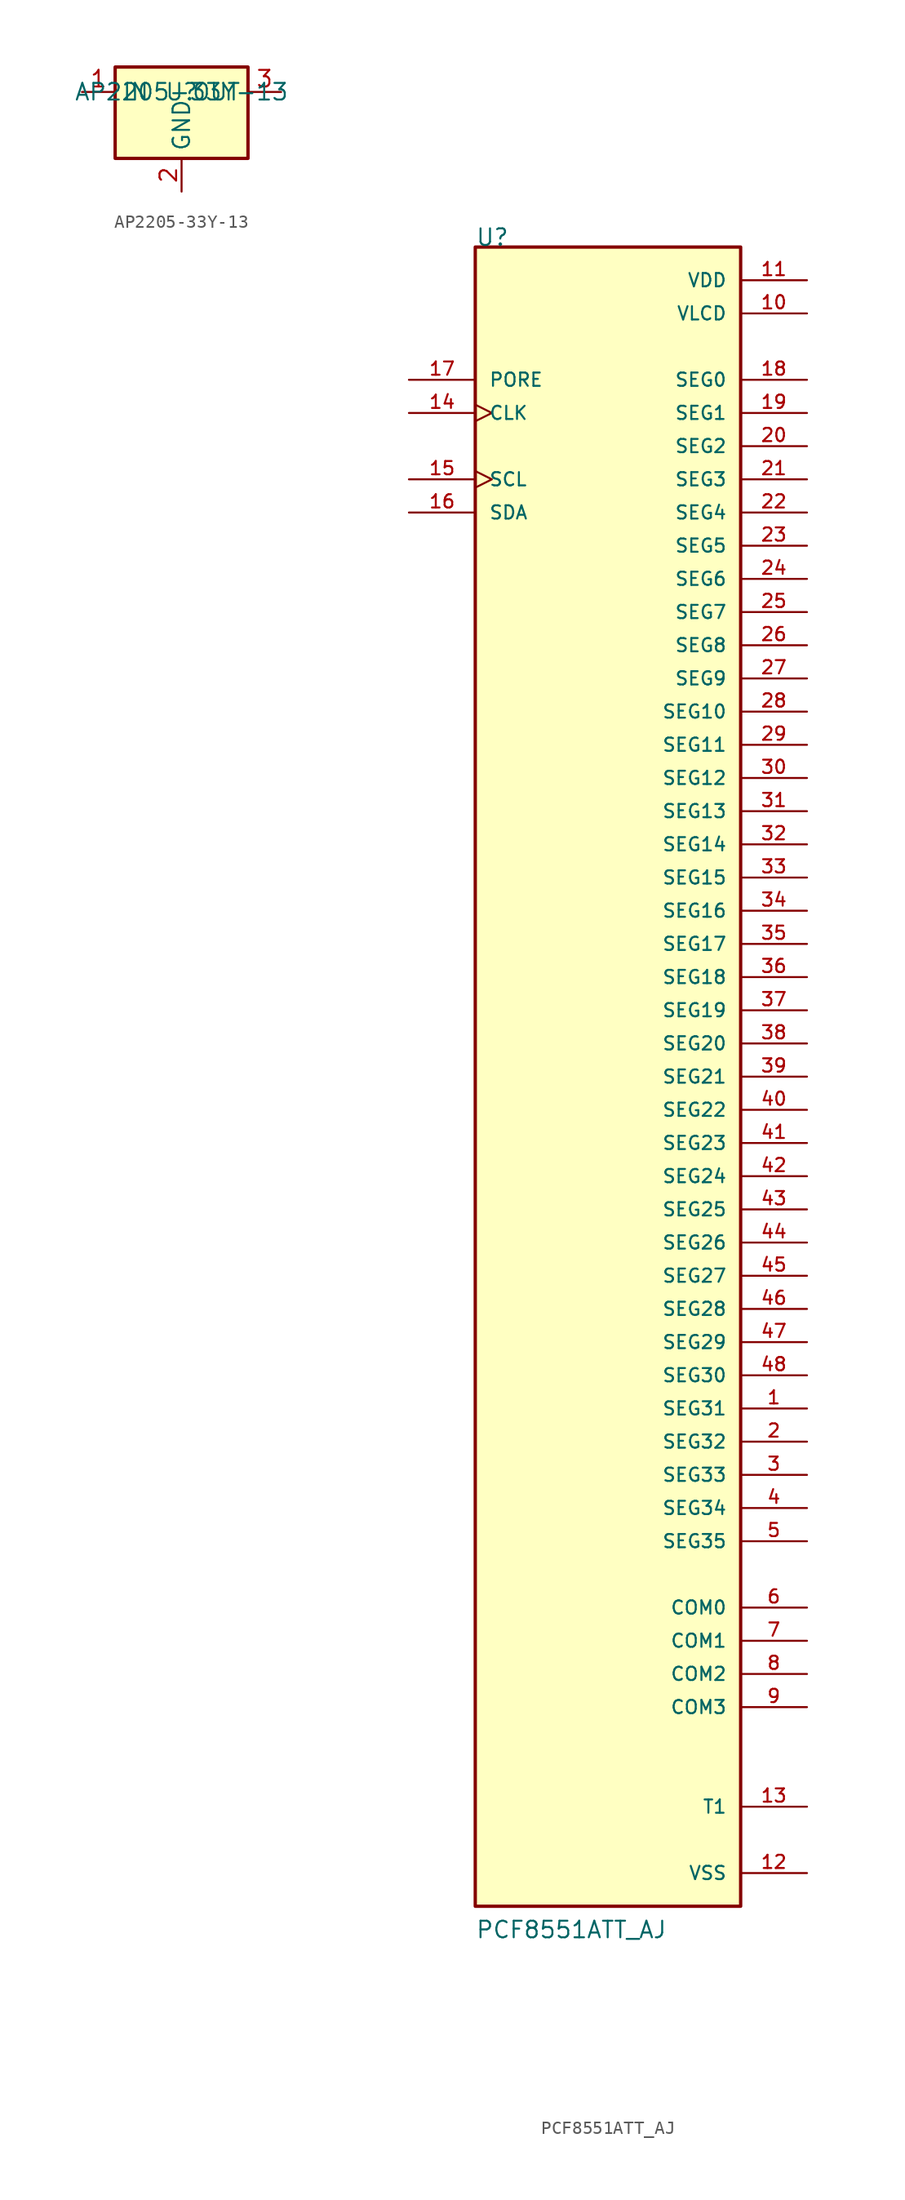
<source format=kicad_sym>
(kicad_symbol_lib
  (version 20220914)
  (generator kicad_symbol_editor)
  (symbol "AP2205-33Y-13"
    (property "Reference" "U"
      (at 0 0 0)
      (effects (font (size 1.27 1.27))))
    (property "Value" "AP2205-33Y-13"
      (at 0 0 0)
      (effects (font (size 1.27 1.27))))
    (symbol "AP2205-33Y-13_0_1"
      (rectangle (start -5.08 1.905) (end 5.08 -5.08) (stroke (width 0.254) (type default)) (fill (type background))))
    (symbol "AP2205-33Y-13_1_1"
      (pin power_in line (at -7.62 0 0) (length 2.54) (name "IN" (effects (font (size 1.27 1.27)))) (number "1" (effects (font (size 1.27 1.27)))))
      (pin power_in line (at 0 -7.62 90) (length 2.54) (name "GND" (effects (font (size 1.27 1.27)))) (number "2" (effects (font (size 1.27 1.27)))))
      (pin power_out line (at 7.62 0 180) (length 2.54) (name "OUT" (effects (font (size 1.27 1.27)))) (number "3" (effects (font (size 1.27 1.27)))))))
  (symbol "PCF8551ATT_AJ"
    (pin_names
      (offset 1.016))
    (property "Reference" "U"
      (at -10.16 63.5 0)
      (effects (font (size 1.27 1.27)) (justify left bottom)))
    (property "Value" "PCF8551ATT_AJ"
      (at -10.16 -66.04 0)
      (effects (font (size 1.27 1.27)) (justify left bottom)))
    (symbol "PCF8551ATT_AJ_0_0"
      (rectangle (start -10.16 -63.5) (end 10.16 63.5) (stroke (width 0.254) (type default)) (fill (type background)))
      (pin output line (at 15.24 -25.4 180) (length 5.08) (name "SEG31" (effects (font (size 1.016 1.016)))) (number "1" (effects (font (size 1.016 1.016)))))
      (pin power_in line (at 15.24 58.42 180) (length 5.08) (name "VLCD" (effects (font (size 1.016 1.016)))) (number "10" (effects (font (size 1.016 1.016)))))
      (pin power_in line (at 15.24 60.96 180) (length 5.08) (name "VDD" (effects (font (size 1.016 1.016)))) (number "11" (effects (font (size 1.016 1.016)))))
      (pin power_in line (at 15.24 -60.96 180) (length 5.08) (name "VSS" (effects (font (size 1.016 1.016)))) (number "12" (effects (font (size 1.016 1.016)))))
      (pin passive line (at 15.24 -55.88 180) (length 5.08) (name "T1" (effects (font (size 1.016 1.016)))) (number "13" (effects (font (size 1.016 1.016)))))
      (pin bidirectional clock (at -15.24 50.8 0) (length 5.08) (name "CLK" (effects (font (size 1.016 1.016)))) (number "14" (effects (font (size 1.016 1.016)))))
      (pin input clock (at -15.24 45.72 0) (length 5.08) (name "SCL" (effects (font (size 1.016 1.016)))) (number "15" (effects (font (size 1.016 1.016)))))
      (pin bidirectional line (at -15.24 43.18 0) (length 5.08) (name "SDA" (effects (font (size 1.016 1.016)))) (number "16" (effects (font (size 1.016 1.016)))))
      (pin input line (at -15.24 53.34 0) (length 5.08) (name "PORE" (effects (font (size 1.016 1.016)))) (number "17" (effects (font (size 1.016 1.016)))))
      (pin output line (at 15.24 53.34 180) (length 5.08) (name "SEG0" (effects (font (size 1.016 1.016)))) (number "18" (effects (font (size 1.016 1.016)))))
      (pin output line (at 15.24 50.8 180) (length 5.08) (name "SEG1" (effects (font (size 1.016 1.016)))) (number "19" (effects (font (size 1.016 1.016)))))
      (pin output line (at 15.24 -27.94 180) (length 5.08) (name "SEG32" (effects (font (size 1.016 1.016)))) (number "2" (effects (font (size 1.016 1.016)))))
      (pin output line (at 15.24 48.26 180) (length 5.08) (name "SEG2" (effects (font (size 1.016 1.016)))) (number "20" (effects (font (size 1.016 1.016)))))
      (pin output line (at 15.24 45.72 180) (length 5.08) (name "SEG3" (effects (font (size 1.016 1.016)))) (number "21" (effects (font (size 1.016 1.016)))))
      (pin output line (at 15.24 43.18 180) (length 5.08) (name "SEG4" (effects (font (size 1.016 1.016)))) (number "22" (effects (font (size 1.016 1.016)))))
      (pin output line (at 15.24 40.64 180) (length 5.08) (name "SEG5" (effects (font (size 1.016 1.016)))) (number "23" (effects (font (size 1.016 1.016)))))
      (pin output line (at 15.24 38.1 180) (length 5.08) (name "SEG6" (effects (font (size 1.016 1.016)))) (number "24" (effects (font (size 1.016 1.016)))))
      (pin output line (at 15.24 35.56 180) (length 5.08) (name "SEG7" (effects (font (size 1.016 1.016)))) (number "25" (effects (font (size 1.016 1.016)))))
      (pin output line (at 15.24 33.02 180) (length 5.08) (name "SEG8" (effects (font (size 1.016 1.016)))) (number "26" (effects (font (size 1.016 1.016)))))
      (pin output line (at 15.24 30.48 180) (length 5.08) (name "SEG9" (effects (font (size 1.016 1.016)))) (number "27" (effects (font (size 1.016 1.016)))))
      (pin output line (at 15.24 27.94 180) (length 5.08) (name "SEG10" (effects (font (size 1.016 1.016)))) (number "28" (effects (font (size 1.016 1.016)))))
      (pin output line (at 15.24 25.4 180) (length 5.08) (name "SEG11" (effects (font (size 1.016 1.016)))) (number "29" (effects (font (size 1.016 1.016)))))
      (pin output line (at 15.24 -30.48 180) (length 5.08) (name "SEG33" (effects (font (size 1.016 1.016)))) (number "3" (effects (font (size 1.016 1.016)))))
      (pin output line (at 15.24 22.86 180) (length 5.08) (name "SEG12" (effects (font (size 1.016 1.016)))) (number "30" (effects (font (size 1.016 1.016)))))
      (pin output line (at 15.24 20.32 180) (length 5.08) (name "SEG13" (effects (font (size 1.016 1.016)))) (number "31" (effects (font (size 1.016 1.016)))))
      (pin output line (at 15.24 17.78 180) (length 5.08) (name "SEG14" (effects (font (size 1.016 1.016)))) (number "32" (effects (font (size 1.016 1.016)))))
      (pin output line (at 15.24 15.24 180) (length 5.08) (name "SEG15" (effects (font (size 1.016 1.016)))) (number "33" (effects (font (size 1.016 1.016)))))
      (pin output line (at 15.24 12.7 180) (length 5.08) (name "SEG16" (effects (font (size 1.016 1.016)))) (number "34" (effects (font (size 1.016 1.016)))))
      (pin output line (at 15.24 10.16 180) (length 5.08) (name "SEG17" (effects (font (size 1.016 1.016)))) (number "35" (effects (font (size 1.016 1.016)))))
      (pin output line (at 15.24 7.62 180) (length 5.08) (name "SEG18" (effects (font (size 1.016 1.016)))) (number "36" (effects (font (size 1.016 1.016)))))
      (pin output line (at 15.24 5.08 180) (length 5.08) (name "SEG19" (effects (font (size 1.016 1.016)))) (number "37" (effects (font (size 1.016 1.016)))))
      (pin output line (at 15.24 2.54 180) (length 5.08) (name "SEG20" (effects (font (size 1.016 1.016)))) (number "38" (effects (font (size 1.016 1.016)))))
      (pin output line (at 15.24 0 180) (length 5.08) (name "SEG21" (effects (font (size 1.016 1.016)))) (number "39" (effects (font (size 1.016 1.016)))))
      (pin output line (at 15.24 -33.02 180) (length 5.08) (name "SEG34" (effects (font (size 1.016 1.016)))) (number "4" (effects (font (size 1.016 1.016)))))
      (pin output line (at 15.24 -2.54 180) (length 5.08) (name "SEG22" (effects (font (size 1.016 1.016)))) (number "40" (effects (font (size 1.016 1.016)))))
      (pin output line (at 15.24 -5.08 180) (length 5.08) (name "SEG23" (effects (font (size 1.016 1.016)))) (number "41" (effects (font (size 1.016 1.016)))))
      (pin output line (at 15.24 -7.62 180) (length 5.08) (name "SEG24" (effects (font (size 1.016 1.016)))) (number "42" (effects (font (size 1.016 1.016)))))
      (pin output line (at 15.24 -10.16 180) (length 5.08) (name "SEG25" (effects (font (size 1.016 1.016)))) (number "43" (effects (font (size 1.016 1.016)))))
      (pin output line (at 15.24 -12.7 180) (length 5.08) (name "SEG26" (effects (font (size 1.016 1.016)))) (number "44" (effects (font (size 1.016 1.016)))))
      (pin output line (at 15.24 -15.24 180) (length 5.08) (name "SEG27" (effects (font (size 1.016 1.016)))) (number "45" (effects (font (size 1.016 1.016)))))
      (pin output line (at 15.24 -17.78 180) (length 5.08) (name "SEG28" (effects (font (size 1.016 1.016)))) (number "46" (effects (font (size 1.016 1.016)))))
      (pin output line (at 15.24 -20.32 180) (length 5.08) (name "SEG29" (effects (font (size 1.016 1.016)))) (number "47" (effects (font (size 1.016 1.016)))))
      (pin output line (at 15.24 -22.86 180) (length 5.08) (name "SEG30" (effects (font (size 1.016 1.016)))) (number "48" (effects (font (size 1.016 1.016)))))
      (pin output line (at 15.24 -35.56 180) (length 5.08) (name "SEG35" (effects (font (size 1.016 1.016)))) (number "5" (effects (font (size 1.016 1.016)))))
      (pin output line (at 15.24 -40.64 180) (length 5.08) (name "COM0" (effects (font (size 1.016 1.016)))) (number "6" (effects (font (size 1.016 1.016)))))
      (pin output line (at 15.24 -43.18 180) (length 5.08) (name "COM1" (effects (font (size 1.016 1.016)))) (number "7" (effects (font (size 1.016 1.016)))))
      (pin output line (at 15.24 -45.72 180) (length 5.08) (name "COM2" (effects (font (size 1.016 1.016)))) (number "8" (effects (font (size 1.016 1.016)))))
      (pin output line (at 15.24 -48.26 180) (length 5.08) (name "COM3" (effects (font (size 1.016 1.016)))) (number "9" (effects (font (size 1.016 1.016))))))))
</source>
